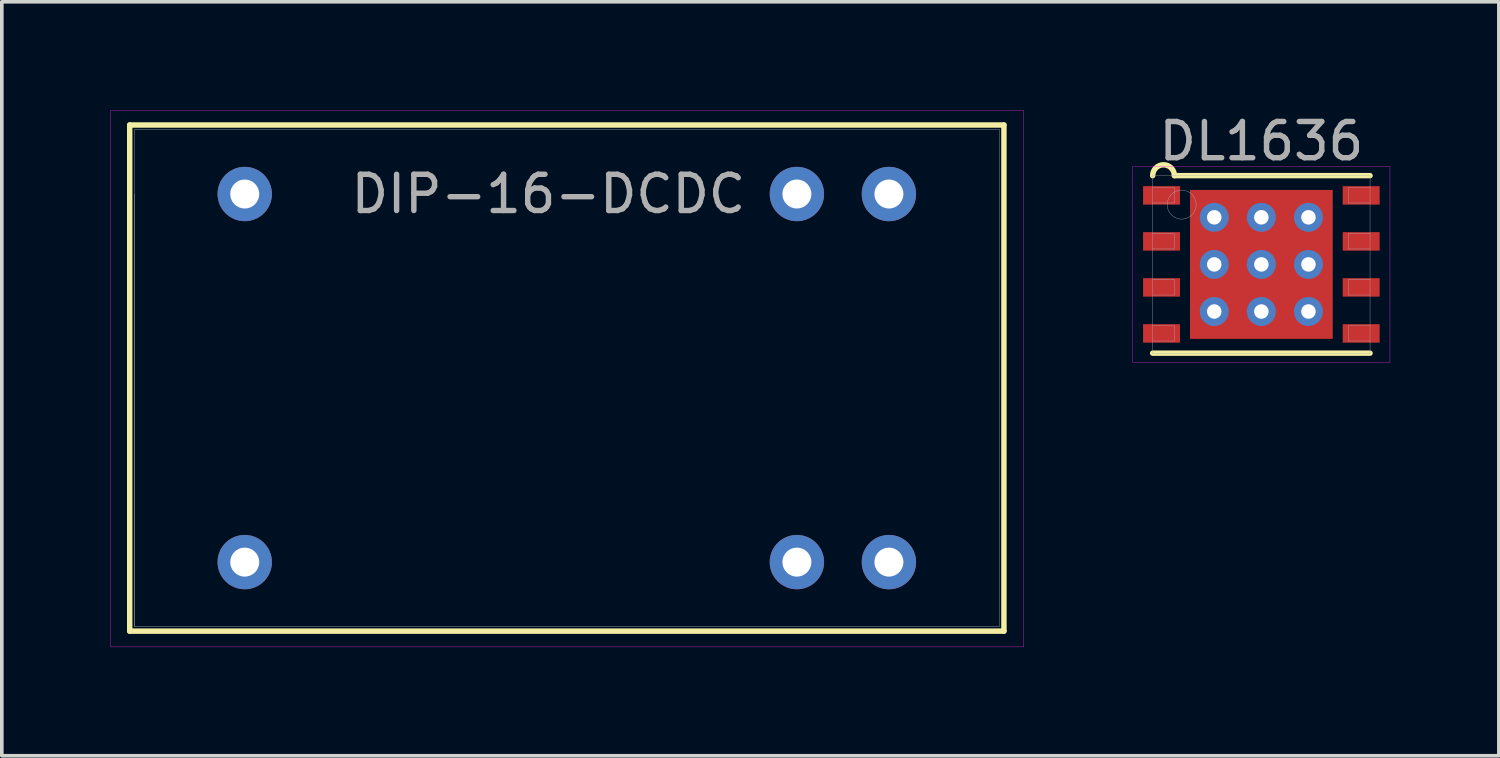
<source format=kicad_pcb>
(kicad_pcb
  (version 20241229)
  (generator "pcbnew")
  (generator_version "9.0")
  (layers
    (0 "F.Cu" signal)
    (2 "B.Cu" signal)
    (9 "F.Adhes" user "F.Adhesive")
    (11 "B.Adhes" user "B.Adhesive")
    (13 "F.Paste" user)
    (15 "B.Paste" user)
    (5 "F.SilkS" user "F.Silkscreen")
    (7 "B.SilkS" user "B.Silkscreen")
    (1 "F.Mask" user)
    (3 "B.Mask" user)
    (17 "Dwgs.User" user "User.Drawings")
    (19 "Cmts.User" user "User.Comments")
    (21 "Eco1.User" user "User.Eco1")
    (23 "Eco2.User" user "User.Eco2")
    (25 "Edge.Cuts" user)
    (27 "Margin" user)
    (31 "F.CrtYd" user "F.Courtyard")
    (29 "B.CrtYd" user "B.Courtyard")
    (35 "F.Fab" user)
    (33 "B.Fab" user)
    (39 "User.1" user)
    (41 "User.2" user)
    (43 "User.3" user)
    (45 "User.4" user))
  (footprint "DIP-16-DCDC"
    (layer "F.Cu")
    (at 3.705 2.305)
    (property "Reference" "DIP-16-DCDC" (at 8.382 0 0) (layer "F.Fab") (effects (font (size 1 1) (thickness 0.15))))
    (attr through_hole)
    (fp_line (start -3.175 -1.905) (end 20.955 -1.905) (stroke (width 0.15) (type solid)) (layer "F.SilkS"))
    (fp_line (start -3.175 12.065) (end -3.175 -1.905) (stroke (width 0.15) (type solid)) (layer "F.SilkS"))
    (fp_line (start 20.955 -1.905) (end 20.955 12.065) (stroke (width 0.15) (type solid)) (layer "F.SilkS"))
    (fp_line (start 20.955 12.065) (end -3.175 12.065) (stroke (width 0.15) (type solid)) (layer "F.SilkS"))
    (fp_line (start -3.7 -2.3) (end -3.7 12.5) (stroke (width 0.01) (type solid)) (layer "F.CrtYd"))
    (fp_line (start -3.7 12.5) (end 21.5 12.5) (stroke (width 0.01) (type solid)) (layer "F.CrtYd"))
    (fp_line (start 21.5 -2.3) (end -3.7 -2.3) (stroke (width 0.01) (type solid)) (layer "F.CrtYd"))
    (fp_line (start 21.5 12.5) (end 21.5 -2.3) (stroke (width 0.01) (type solid)) (layer "F.CrtYd"))
    (fp_line (start -3.048 -1.778) (end 20.828 -1.778) (stroke (width 0.01) (type solid)) (layer "F.Fab"))
    (fp_line (start -3.048 11.938) (end -3.048 -1.778) (stroke (width 0.01) (type solid)) (layer "F.Fab"))
    (fp_line (start -3.048 11.938) (end -3.048 0) (stroke (width 0.01) (type solid)) (layer "F.Fab"))
    (fp_line (start 20.828 -1.778) (end 20.828 11.938) (stroke (width 0.01) (type solid)) (layer "F.Fab"))
    (fp_line (start 20.828 11.938) (end -3.048 11.938) (stroke (width 0.01) (type solid)) (layer "F.Fab"))
    (pad "1" thru_hole circle (at 0 10.16) (size 1.5 1.5) (drill 0.8) (layers "*.Cu" "*.Mask"))
    (pad "7" thru_hole circle (at 15.24 10.16) (size 1.5 1.5) (drill 0.8) (layers "*.Cu" "*.Mask"))
    (pad "8" thru_hole circle (at 17.78 10.16) (size 1.5 1.5) (drill 0.8) (layers "*.Cu" "*.Mask"))
    (pad "9" thru_hole circle (at 17.78 0) (size 1.5 1.5) (drill 0.8) (layers "*.Cu" "*.Mask"))
    (pad "10" thru_hole circle (at 15.24 0) (size 1.5 1.5) (drill 0.8) (layers "*.Cu" "*.Mask"))
    (pad "16" thru_hole circle (at 0 0) (size 1.5 1.5) (drill 0.8) (layers "*.Cu" "*.Mask")))
  (footprint "DL1636"
    (layer "F.Cu")
    (at 31.765 4.248)
    (property "Reference" "DL1636" (at 0 -3.4 0) (layer "F.Fab") (effects (font (size 1 1) (thickness 0.15))))
    (attr through_hole)
    (fp_line (start -3 2.45) (end 3 2.45) (stroke (width 0.15) (type solid)) (layer "F.SilkS"))
    (fp_line (start -2.4 -2.45) (end 3 -2.45) (stroke (width 0.15) (type solid)) (layer "F.SilkS"))
    (fp_arc (start -3 -2.45) (mid -2.7 -2.75) (end -2.4 -2.45) (stroke (width 0.15) (type solid)) (layer "F.SilkS"))
    (fp_line (start -3.55 -2.7) (end 3.55 -2.7) (stroke (width 0.01) (type solid)) (layer "F.CrtYd"))
    (fp_line (start -3.55 2.7) (end -3.55 -2.7) (stroke (width 0.01) (type solid)) (layer "F.CrtYd"))
    (fp_line (start 3.55 -2.7) (end 3.55 2.7) (stroke (width 0.01) (type solid)) (layer "F.CrtYd"))
    (fp_line (start 3.55 2.7) (end -3.55 2.7) (stroke (width 0.01) (type solid)) (layer "F.CrtYd"))
    (fp_line (start -3 -2.45) (end 3 -2.45) (stroke (width 0.01) (type solid)) (layer "F.Fab"))
    (fp_line (start -3 -1.695) (end -2.4 -1.695) (stroke (width 0.01) (type solid)) (layer "F.Fab"))
    (fp_line (start -3 -0.425) (end -2.4 -0.425) (stroke (width 0.01) (type solid)) (layer "F.Fab"))
    (fp_line (start -3 0.845) (end -2.4 0.845) (stroke (width 0.01) (type solid)) (layer "F.Fab"))
    (fp_line (start -3 2.115) (end -2.4 2.115) (stroke (width 0.01) (type solid)) (layer "F.Fab"))
    (fp_line (start -3 2.45) (end -3 -2.45) (stroke (width 0.01) (type solid)) (layer "F.Fab"))
    (fp_line (start -2.4 -2.115) (end -3 -2.115) (stroke (width 0.01) (type solid)) (layer "F.Fab"))
    (fp_line (start -2.4 -1.695) (end -2.4 -2.115) (stroke (width 0.01) (type solid)) (layer "F.Fab"))
    (fp_line (start -2.4 -0.845) (end -3 -0.845) (stroke (width 0.01) (type solid)) (layer "F.Fab"))
    (fp_line (start -2.4 -0.425) (end -2.4 -0.845) (stroke (width 0.01) (type solid)) (layer "F.Fab"))
    (fp_line (start -2.4 0.425) (end -3 0.425) (stroke (width 0.01) (type solid)) (layer "F.Fab"))
    (fp_line (start -2.4 0.845) (end -2.4 0.425) (stroke (width 0.01) (type solid)) (layer "F.Fab"))
    (fp_line (start -2.4 1.695) (end -3 1.695) (stroke (width 0.01) (type solid)) (layer "F.Fab"))
    (fp_line (start -2.4 2.115) (end -2.4 1.695) (stroke (width 0.01) (type solid)) (layer "F.Fab"))
    (fp_line (start 2.4 -2.115) (end 2.4 -1.695) (stroke (width 0.01) (type solid)) (layer "F.Fab"))
    (fp_line (start 2.4 -1.695) (end 3 -1.695) (stroke (width 0.01) (type solid)) (layer "F.Fab"))
    (fp_line (start 2.4 -0.845) (end 2.4 -0.425) (stroke (width 0.01) (type solid)) (layer "F.Fab"))
    (fp_line (start 2.4 -0.425) (end 3 -0.425) (stroke (width 0.01) (type solid)) (layer "F.Fab"))
    (fp_line (start 2.4 0.425) (end 2.4 0.845) (stroke (width 0.01) (type solid)) (layer "F.Fab"))
    (fp_line (start 2.4 0.845) (end 3 0.845) (stroke (width 0.01) (type solid)) (layer "F.Fab"))
    (fp_line (start 2.4 1.695) (end 2.4 2.115) (stroke (width 0.01) (type solid)) (layer "F.Fab"))
    (fp_line (start 2.4 2.115) (end 3 2.115) (stroke (width 0.01) (type solid)) (layer "F.Fab"))
    (fp_line (start 3 -2.45) (end 3 2.45) (stroke (width 0.01) (type solid)) (layer "F.Fab"))
    (fp_line (start 3 -2.115) (end 2.4 -2.115) (stroke (width 0.01) (type solid)) (layer "F.Fab"))
    (fp_line (start 3 -0.845) (end 2.4 -0.845) (stroke (width 0.01) (type solid)) (layer "F.Fab"))
    (fp_line (start 3 0.425) (end 2.4 0.425) (stroke (width 0.01) (type solid)) (layer "F.Fab"))
    (fp_line (start 3 1.695) (end 2.4 1.695) (stroke (width 0.01) (type solid)) (layer "F.Fab"))
    (fp_line (start 3 2.45) (end -3 2.45) (stroke (width 0.01) (type solid)) (layer "F.Fab"))
    (fp_circle (center -2.2 -1.65) (end -2.2 -1.25) (stroke (width 0.01) (type solid)) (fill no) (layer "F.Fab"))
    (pad "1" smd rect (at -2.755 -1.905) (size 1.02 0.51) (layers "F.Cu" "F.Mask" "F.Paste"))
    (pad "2" smd rect (at -2.755 -0.635) (size 1.02 0.51) (layers "F.Cu" "F.Mask" "F.Paste"))
    (pad "3" smd rect (at -2.755 0.635) (size 1.02 0.51) (layers "F.Cu" "F.Mask" "F.Paste"))
    (pad "4" smd rect (at -2.755 1.905) (size 1.02 0.51) (layers "F.Cu" "F.Mask" "F.Paste"))
    (pad "5" smd rect (at 2.755 1.905) (size 1.02 0.51) (layers "F.Cu" "F.Mask" "F.Paste"))
    (pad "6" smd rect (at 2.755 0.635) (size 1.02 0.51) (layers "F.Cu" "F.Mask" "F.Paste"))
    (pad "7" smd rect (at 2.755 -0.635) (size 1.02 0.51) (layers "F.Cu" "F.Mask" "F.Paste"))
    (pad "8" smd rect (at 2.755 -1.905) (size 1.02 0.51) (layers "F.Cu" "F.Mask" "F.Paste"))
    (pad "EP" thru_hole circle (at -1.3 -1.3) (size 0.8 0.8) (drill 0.4) (layers "*.Cu"))
    (pad "EP" thru_hole circle (at -1.3 0) (size 0.8 0.8) (drill 0.4) (layers "*.Cu"))
    (pad "EP" thru_hole circle (at -1.3 1.3) (size 0.8 0.8) (drill 0.4) (layers "*.Cu"))
    (pad "EP" thru_hole circle (at 0 -1.3) (size 0.8 0.8) (drill 0.4) (layers "*.Cu"))
    (pad "EP" thru_hole circle (at 0 0) (size 0.8 0.8) (drill 0.4) (layers "*.Cu"))
    (pad "EP" smd rect (at 0 0) (size 3.94 4.11) (layers "F.Cu" "F.Mask" "F.Paste"))
    (pad "EP" thru_hole circle (at 0 1.3) (size 0.8 0.8) (drill 0.4) (layers "*.Cu"))
    (pad "EP" thru_hole circle (at 1.3 -1.3) (size 0.8 0.8) (drill 0.4) (layers "*.Cu"))
    (pad "EP" thru_hole circle (at 1.3 0) (size 0.8 0.8) (drill 0.4) (layers "*.Cu"))
    (pad "EP" thru_hole circle (at 1.3 1.3) (size 0.8 0.8) (drill 0.4) (layers "*.Cu")))
  (gr_rect
    (start -3 -3)
    (end 38.32 17.81)
    (stroke (width 0.1) (type default))
    (fill no)
    (layer "Edge.Cuts")))
</source>
